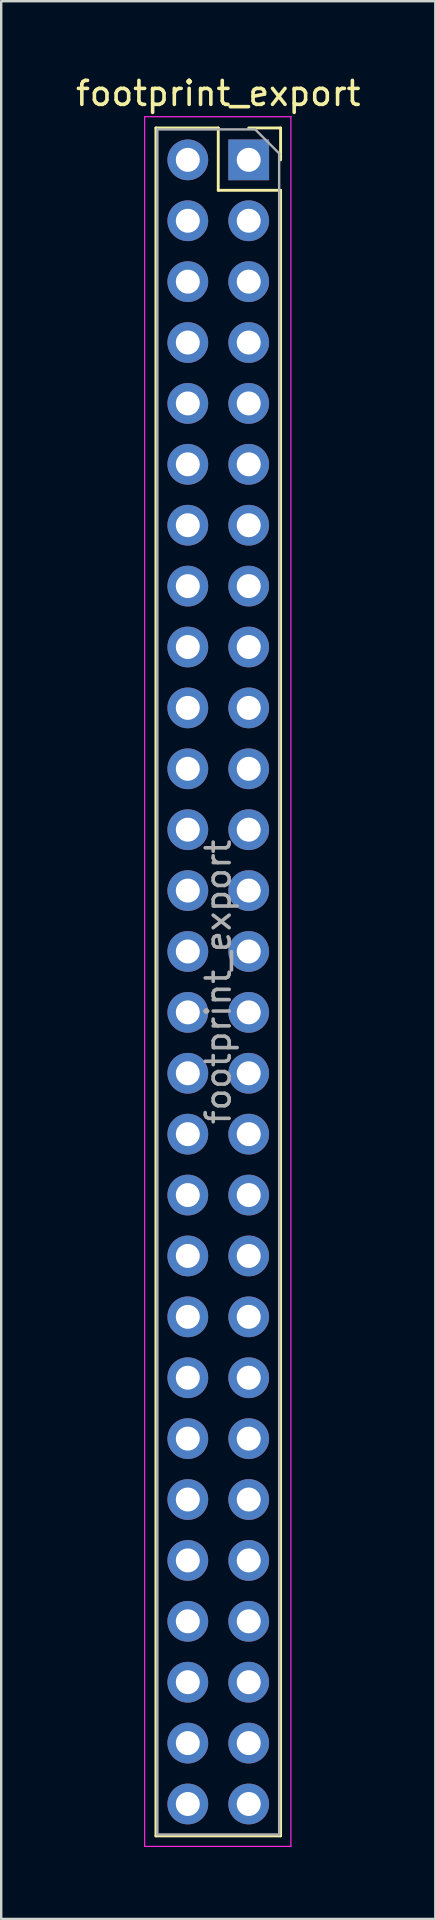
<source format=kicad_pcb>
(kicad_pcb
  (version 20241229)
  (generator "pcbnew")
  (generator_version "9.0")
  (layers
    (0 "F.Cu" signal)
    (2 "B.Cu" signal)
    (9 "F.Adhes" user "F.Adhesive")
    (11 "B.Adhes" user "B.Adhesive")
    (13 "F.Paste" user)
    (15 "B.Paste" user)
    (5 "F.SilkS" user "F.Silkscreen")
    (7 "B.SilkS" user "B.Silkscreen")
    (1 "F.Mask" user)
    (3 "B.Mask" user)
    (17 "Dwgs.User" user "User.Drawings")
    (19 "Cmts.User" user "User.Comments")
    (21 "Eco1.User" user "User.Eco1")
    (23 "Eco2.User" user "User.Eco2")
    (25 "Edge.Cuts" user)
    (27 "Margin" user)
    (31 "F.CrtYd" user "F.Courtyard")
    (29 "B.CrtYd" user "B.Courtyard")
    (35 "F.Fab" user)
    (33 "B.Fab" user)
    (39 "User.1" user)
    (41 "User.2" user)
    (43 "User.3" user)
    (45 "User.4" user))
  (footprint "footprint_export"
    (layer "F.Cu")
    (at 7.324 3.618)
    (property "Reference" "footprint_export" (at -1.27 -2.77 0) (layer "F.SilkS") (effects (font (size 1 1) (thickness 0.15))))
    (attr through_hole)
    (fp_line (start -3.87 -1.33) (end -3.87 69.91) (stroke (width 0.12) (type solid)) (layer "F.SilkS"))
    (fp_line (start -3.87 -1.33) (end -1.27 -1.33) (stroke (width 0.12) (type solid)) (layer "F.SilkS"))
    (fp_line (start -3.87 69.91) (end 1.33 69.91) (stroke (width 0.12) (type solid)) (layer "F.SilkS"))
    (fp_line (start -1.27 -1.33) (end -1.27 1.27) (stroke (width 0.12) (type solid)) (layer "F.SilkS"))
    (fp_line (start -1.27 1.27) (end 1.33 1.27) (stroke (width 0.12) (type solid)) (layer "F.SilkS"))
    (fp_line (start 0 -1.33) (end 1.33 -1.33) (stroke (width 0.12) (type solid)) (layer "F.SilkS"))
    (fp_line (start 1.33 -1.33) (end 1.33 0) (stroke (width 0.12) (type solid)) (layer "F.SilkS"))
    (fp_line (start 1.33 1.27) (end 1.33 69.91) (stroke (width 0.12) (type solid)) (layer "F.SilkS"))
    (fp_line (start -4.34 -1.8) (end 1.76 -1.8) (stroke (width 0.05) (type solid)) (layer "F.CrtYd"))
    (fp_line (start -4.34 70.35) (end -4.34 -1.8) (stroke (width 0.05) (type solid)) (layer "F.CrtYd"))
    (fp_line (start 1.76 -1.8) (end 1.76 70.35) (stroke (width 0.05) (type solid)) (layer "F.CrtYd"))
    (fp_line (start 1.76 70.35) (end -4.34 70.35) (stroke (width 0.05) (type solid)) (layer "F.CrtYd"))
    (fp_line (start -3.81 -1.27) (end 0.27 -1.27) (stroke (width 0.1) (type solid)) (layer "F.Fab"))
    (fp_line (start -3.81 69.85) (end -3.81 -1.27) (stroke (width 0.1) (type solid)) (layer "F.Fab"))
    (fp_line (start 0.27 -1.27) (end 1.27 -0.27) (stroke (width 0.1) (type solid)) (layer "F.Fab"))
    (fp_line (start 1.27 -0.27) (end 1.27 69.85) (stroke (width 0.1) (type solid)) (layer "F.Fab"))
    (fp_line (start 1.27 69.85) (end -3.81 69.85) (stroke (width 0.1) (type solid)) (layer "F.Fab"))
    (fp_text user "${REFERENCE}" (at -1.27 34.29 90) (layer "F.Fab") (effects (font (size 1 1) (thickness 0.15))))
    (pad "1" thru_hole rect (at 0 0) (size 1.7 1.7) (drill 1) (layers "*.Cu" "*.Mask"))
    (pad "2" thru_hole oval (at -2.54 0) (size 1.7 1.7) (drill 1) (layers "*.Cu" "*.Mask"))
    (pad "3" thru_hole oval (at 0 2.54) (size 1.7 1.7) (drill 1) (layers "*.Cu" "*.Mask"))
    (pad "4" thru_hole oval (at -2.54 2.54) (size 1.7 1.7) (drill 1) (layers "*.Cu" "*.Mask"))
    (pad "5" thru_hole oval (at 0 5.08) (size 1.7 1.7) (drill 1) (layers "*.Cu" "*.Mask"))
    (pad "6" thru_hole oval (at -2.54 5.08) (size 1.7 1.7) (drill 1) (layers "*.Cu" "*.Mask"))
    (pad "7" thru_hole oval (at 0 7.62) (size 1.7 1.7) (drill 1) (layers "*.Cu" "*.Mask"))
    (pad "8" thru_hole oval (at -2.54 7.62) (size 1.7 1.7) (drill 1) (layers "*.Cu" "*.Mask"))
    (pad "9" thru_hole oval (at 0 10.16) (size 1.7 1.7) (drill 1) (layers "*.Cu" "*.Mask"))
    (pad "10" thru_hole oval (at -2.54 10.16) (size 1.7 1.7) (drill 1) (layers "*.Cu" "*.Mask"))
    (pad "11" thru_hole oval (at 0 12.7) (size 1.7 1.7) (drill 1) (layers "*.Cu" "*.Mask"))
    (pad "12" thru_hole oval (at -2.54 12.7) (size 1.7 1.7) (drill 1) (layers "*.Cu" "*.Mask"))
    (pad "13" thru_hole oval (at 0 15.24) (size 1.7 1.7) (drill 1) (layers "*.Cu" "*.Mask"))
    (pad "14" thru_hole oval (at -2.54 15.24) (size 1.7 1.7) (drill 1) (layers "*.Cu" "*.Mask"))
    (pad "15" thru_hole oval (at 0 17.78) (size 1.7 1.7) (drill 1) (layers "*.Cu" "*.Mask"))
    (pad "16" thru_hole oval (at -2.54 17.78) (size 1.7 1.7) (drill 1) (layers "*.Cu" "*.Mask"))
    (pad "17" thru_hole oval (at 0 20.32) (size 1.7 1.7) (drill 1) (layers "*.Cu" "*.Mask"))
    (pad "18" thru_hole oval (at -2.54 20.32) (size 1.7 1.7) (drill 1) (layers "*.Cu" "*.Mask"))
    (pad "19" thru_hole oval (at 0 22.86) (size 1.7 1.7) (drill 1) (layers "*.Cu" "*.Mask"))
    (pad "20" thru_hole oval (at -2.54 22.86) (size 1.7 1.7) (drill 1) (layers "*.Cu" "*.Mask"))
    (pad "21" thru_hole oval (at 0 25.4) (size 1.7 1.7) (drill 1) (layers "*.Cu" "*.Mask"))
    (pad "22" thru_hole oval (at -2.54 25.4) (size 1.7 1.7) (drill 1) (layers "*.Cu" "*.Mask"))
    (pad "23" thru_hole oval (at 0 27.94) (size 1.7 1.7) (drill 1) (layers "*.Cu" "*.Mask"))
    (pad "24" thru_hole oval (at -2.54 27.94) (size 1.7 1.7) (drill 1) (layers "*.Cu" "*.Mask"))
    (pad "25" thru_hole oval (at 0 30.48) (size 1.7 1.7) (drill 1) (layers "*.Cu" "*.Mask"))
    (pad "26" thru_hole oval (at -2.54 30.48) (size 1.7 1.7) (drill 1) (layers "*.Cu" "*.Mask"))
    (pad "27" thru_hole oval (at 0 33.02) (size 1.7 1.7) (drill 1) (layers "*.Cu" "*.Mask"))
    (pad "28" thru_hole oval (at -2.54 33.02) (size 1.7 1.7) (drill 1) (layers "*.Cu" "*.Mask"))
    (pad "29" thru_hole oval (at 0 35.56) (size 1.7 1.7) (drill 1) (layers "*.Cu" "*.Mask"))
    (pad "30" thru_hole oval (at -2.54 35.56) (size 1.7 1.7) (drill 1) (layers "*.Cu" "*.Mask"))
    (pad "31" thru_hole oval (at 0 38.1) (size 1.7 1.7) (drill 1) (layers "*.Cu" "*.Mask"))
    (pad "32" thru_hole oval (at -2.54 38.1) (size 1.7 1.7) (drill 1) (layers "*.Cu" "*.Mask"))
    (pad "33" thru_hole oval (at 0 40.64) (size 1.7 1.7) (drill 1) (layers "*.Cu" "*.Mask"))
    (pad "34" thru_hole oval (at -2.54 40.64) (size 1.7 1.7) (drill 1) (layers "*.Cu" "*.Mask"))
    (pad "35" thru_hole oval (at 0 43.18) (size 1.7 1.7) (drill 1) (layers "*.Cu" "*.Mask"))
    (pad "36" thru_hole oval (at -2.54 43.18) (size 1.7 1.7) (drill 1) (layers "*.Cu" "*.Mask"))
    (pad "37" thru_hole oval (at 0 45.72) (size 1.7 1.7) (drill 1) (layers "*.Cu" "*.Mask"))
    (pad "38" thru_hole oval (at -2.54 45.72) (size 1.7 1.7) (drill 1) (layers "*.Cu" "*.Mask"))
    (pad "39" thru_hole oval (at 0 48.26) (size 1.7 1.7) (drill 1) (layers "*.Cu" "*.Mask"))
    (pad "40" thru_hole oval (at -2.54 48.26) (size 1.7 1.7) (drill 1) (layers "*.Cu" "*.Mask"))
    (pad "41" thru_hole oval (at 0 50.8) (size 1.7 1.7) (drill 1) (layers "*.Cu" "*.Mask"))
    (pad "42" thru_hole oval (at -2.54 50.8) (size 1.7 1.7) (drill 1) (layers "*.Cu" "*.Mask"))
    (pad "43" thru_hole oval (at 0 53.34) (size 1.7 1.7) (drill 1) (layers "*.Cu" "*.Mask"))
    (pad "44" thru_hole oval (at -2.54 53.34) (size 1.7 1.7) (drill 1) (layers "*.Cu" "*.Mask"))
    (pad "45" thru_hole oval (at 0 55.88) (size 1.7 1.7) (drill 1) (layers "*.Cu" "*.Mask"))
    (pad "46" thru_hole oval (at -2.54 55.88) (size 1.7 1.7) (drill 1) (layers "*.Cu" "*.Mask"))
    (pad "47" thru_hole oval (at 0 58.42) (size 1.7 1.7) (drill 1) (layers "*.Cu" "*.Mask"))
    (pad "48" thru_hole oval (at -2.54 58.42) (size 1.7 1.7) (drill 1) (layers "*.Cu" "*.Mask"))
    (pad "49" thru_hole oval (at 0 60.96) (size 1.7 1.7) (drill 1) (layers "*.Cu" "*.Mask"))
    (pad "50" thru_hole oval (at -2.54 60.96) (size 1.7 1.7) (drill 1) (layers "*.Cu" "*.Mask"))
    (pad "51" thru_hole oval (at 0 63.5) (size 1.7 1.7) (drill 1) (layers "*.Cu" "*.Mask"))
    (pad "52" thru_hole oval (at -2.54 63.5) (size 1.7 1.7) (drill 1) (layers "*.Cu" "*.Mask"))
    (pad "53" thru_hole oval (at 0 66.04) (size 1.7 1.7) (drill 1) (layers "*.Cu" "*.Mask"))
    (pad "54" thru_hole oval (at -2.54 66.04) (size 1.7 1.7) (drill 1) (layers "*.Cu" "*.Mask"))
    (pad "55" thru_hole oval (at 0 68.58) (size 1.7 1.7) (drill 1) (layers "*.Cu" "*.Mask"))
    (pad "56" thru_hole oval (at -2.54 68.58) (size 1.7 1.7) (drill 1) (layers "*.Cu" "*.Mask")))
  (gr_rect
    (start -3 -3)
    (end 15.107 76.993)
    (stroke (width 0.1) (type default))
    (fill no)
    (layer "Edge.Cuts")))
</source>
